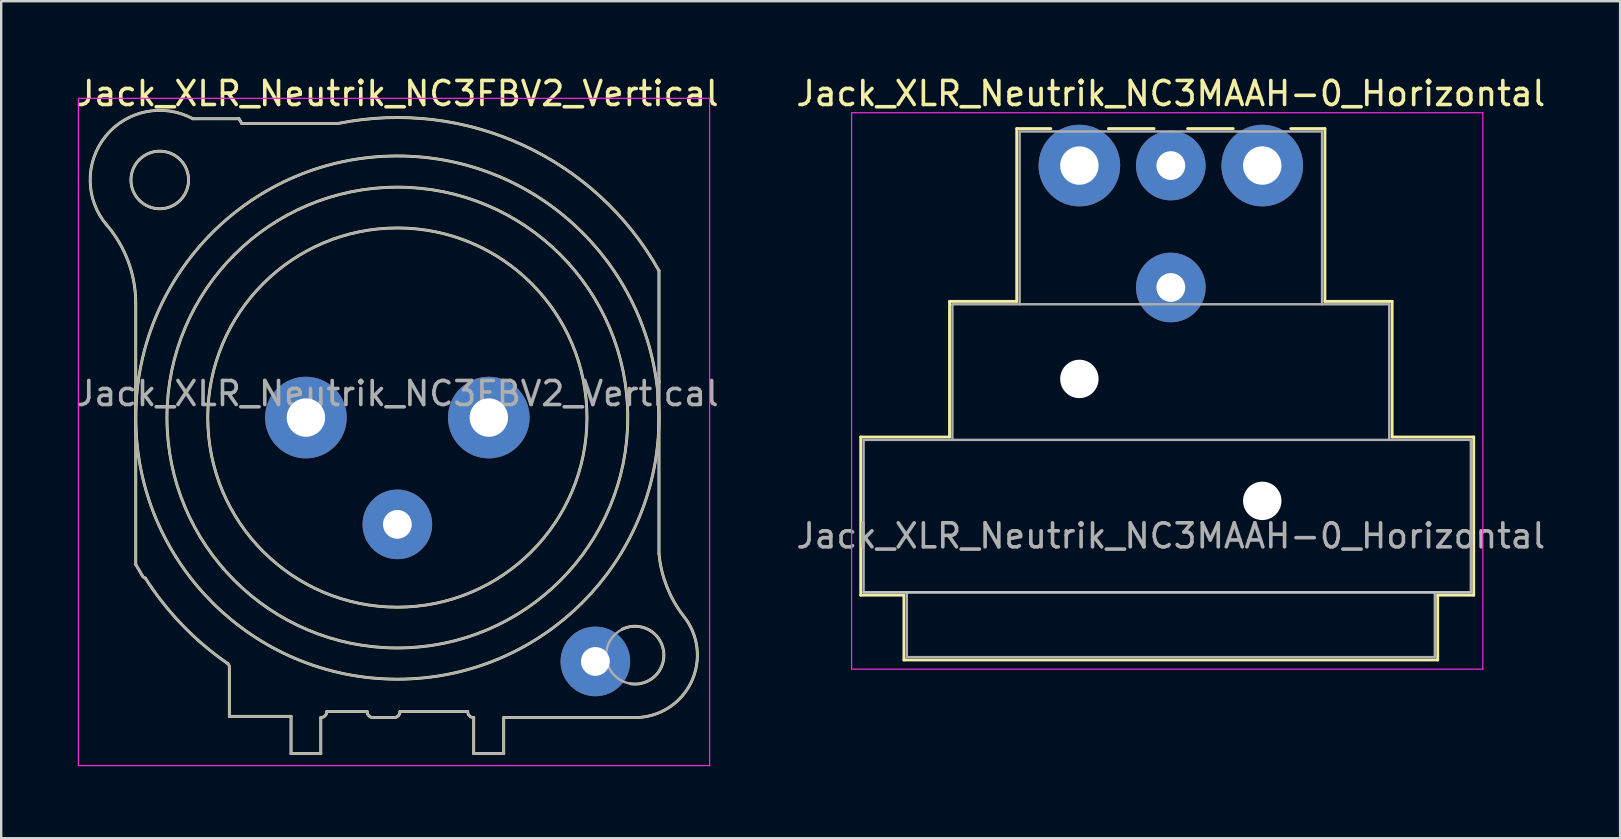
<source format=kicad_pcb>
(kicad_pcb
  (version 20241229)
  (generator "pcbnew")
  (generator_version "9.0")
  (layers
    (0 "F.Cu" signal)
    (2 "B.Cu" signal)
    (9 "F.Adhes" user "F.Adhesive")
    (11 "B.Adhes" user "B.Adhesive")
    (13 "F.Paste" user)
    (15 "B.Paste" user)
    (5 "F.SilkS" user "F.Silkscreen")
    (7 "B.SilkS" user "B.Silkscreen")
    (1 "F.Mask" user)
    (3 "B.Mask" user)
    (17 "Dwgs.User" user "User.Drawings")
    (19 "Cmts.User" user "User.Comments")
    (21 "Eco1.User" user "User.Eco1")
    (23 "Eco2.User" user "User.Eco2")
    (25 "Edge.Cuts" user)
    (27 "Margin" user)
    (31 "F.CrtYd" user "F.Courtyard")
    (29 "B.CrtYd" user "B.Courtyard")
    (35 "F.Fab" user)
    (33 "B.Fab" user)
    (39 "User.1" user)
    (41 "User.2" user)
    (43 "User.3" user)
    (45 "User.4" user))
  (footprint "Jack_XLR_Neutrik_NC3FBV2_Vertical"
    (layer "F.Cu")
    (at 17.316 14.348)
    (property "Reference" "Jack_XLR_Neutrik_NC3FBV2_Vertical" (at -3.81 -13.5 0) (layer "F.SilkS") (effects (font (size 1 1) (thickness 0.15))))
    (attr through_hole)
    (fp_line (start -14.71 -4.76) (end -14.71 6.12) (stroke (width 0.12) (type solid)) (layer "F.SilkS"))
    (fp_line (start -14.71 6.12) (end -14.43 6.6) (stroke (width 0.12) (type solid)) (layer "F.SilkS"))
    (fp_line (start -10.81 10.39) (end -10.81 12.45) (stroke (width 0.12) (type solid)) (layer "F.SilkS"))
    (fp_line (start -10.81 12.45) (end -8.24 12.45) (stroke (width 0.12) (type solid)) (layer "F.SilkS"))
    (fp_line (start -10.41 -12.45) (end -12.33 -12.45) (stroke (width 0.12) (type solid)) (layer "F.SilkS"))
    (fp_line (start -10.29 -12.25) (end -10.41 -12.45) (stroke (width 0.12) (type solid)) (layer "F.SilkS"))
    (fp_line (start -8.24 12.45) (end -8.24 14) (stroke (width 0.12) (type solid)) (layer "F.SilkS"))
    (fp_line (start -7 14) (end -8.24 14) (stroke (width 0.12) (type solid)) (layer "F.SilkS"))
    (fp_line (start -7 14) (end -7 12.5) (stroke (width 0.12) (type solid)) (layer "F.SilkS"))
    (fp_line (start -6.75 12.25) (end -5.07 12.25) (stroke (width 0.12) (type solid)) (layer "F.SilkS"))
    (fp_line (start -6.3 -12.25) (end -10.29 -12.25) (stroke (width 0.12) (type solid)) (layer "F.SilkS"))
    (fp_line (start -4.82 12.5) (end -3.95 12.5) (stroke (width 0.12) (type solid)) (layer "F.SilkS"))
    (fp_line (start -3.7 12.25) (end -0.88 12.25) (stroke (width 0.12) (type solid)) (layer "F.SilkS"))
    (fp_line (start -0.63 12.5) (end -0.63 14) (stroke (width 0.12) (type solid)) (layer "F.SilkS"))
    (fp_line (start 0.62 12.5) (end 6.09 12.5) (stroke (width 0.12) (type solid)) (layer "F.SilkS"))
    (fp_line (start 0.62 14) (end -0.63 14) (stroke (width 0.12) (type solid)) (layer "F.SilkS"))
    (fp_line (start 0.62 14) (end 0.62 12.5) (stroke (width 0.12) (type solid)) (layer "F.SilkS"))
    (fp_line (start 7.09 5.67) (end 7.09 -6.12) (stroke (width 0.12) (type solid)) (layer "F.SilkS"))
    (fp_arc (start -15.916051 -8.020379) (mid -15.021177 -6.498148) (end -14.71 -4.76) (stroke (width 0.12) (type solid)) (layer "F.SilkS"))
    (fp_arc (start -15.908884 -8.010077) (mid -15.967404 -11.719623) (end -12.33 -12.45) (stroke (width 0.12) (type solid)) (layer "F.SilkS"))
    (fp_arc (start -14.313753 6.685219) (mid -14.379716 6.653303) (end -14.43 6.6) (stroke (width 0.12) (type solid)) (layer "F.SilkS"))
    (fp_arc (start -10.879208 10.248532) (mid -12.772983 8.641241) (end -14.31 6.69) (stroke (width 0.12) (type solid)) (layer "F.SilkS"))
    (fp_arc (start -10.874359 10.252686) (mid -10.828679 10.315015) (end -10.81 10.39) (stroke (width 0.12) (type solid)) (layer "F.SilkS"))
    (fp_arc (start -6.75 12.25) (mid -6.823223 12.426777) (end -7 12.5) (stroke (width 0.12) (type solid)) (layer "F.SilkS"))
    (fp_arc (start -6.283571 -12.253402) (mid 1.401126 -11.362596) (end 7.09 -6.12) (stroke (width 0.12) (type solid)) (layer "F.SilkS"))
    (fp_arc (start -4.82 12.5) (mid -4.996777 12.426777) (end -5.07 12.25) (stroke (width 0.12) (type solid)) (layer "F.SilkS"))
    (fp_arc (start -3.7 12.25) (mid -3.773223 12.426777) (end -3.95 12.5) (stroke (width 0.12) (type solid)) (layer "F.SilkS"))
    (fp_arc (start -0.63 12.5) (mid -0.806777 12.426777) (end -0.88 12.25) (stroke (width 0.12) (type solid)) (layer "F.SilkS"))
    (fp_arc (start 5.563083 8.81623) (mid 7.282057 9.723366) (end 5.9 11.09) (stroke (width 0.12) (type solid)) (layer "F.SilkS"))
    (fp_arc (start 8.110579 8.263767) (mid 8.436721 11.019329) (end 6.09 12.5) (stroke (width 0.12) (type solid)) (layer "F.SilkS"))
    (fp_arc (start 8.111727 8.266808) (mid 7.416073 7.041111) (end 7.09 5.67) (stroke (width 0.12) (type solid)) (layer "F.SilkS"))
    (fp_circle (center -13.71 -9.9) (end -12.51 -9.9) (stroke (width 0.12) (type solid)) (fill no) (layer "F.SilkS"))
    (fp_circle (center -3.81 0) (end 4.09 0) (stroke (width 0.12) (type solid)) (fill no) (layer "F.SilkS"))
    (fp_circle (center -3.81 0) (end 5.79 0) (stroke (width 0.12) (type solid)) (fill no) (layer "F.SilkS"))
    (fp_circle (center -3.81 0) (end 7.09 0) (stroke (width 0.12) (type solid)) (fill no) (layer "F.SilkS"))
    (fp_line (start -17.1 -13.3) (end 9.2 -13.3) (stroke (width 0.05) (type solid)) (layer "F.CrtYd"))
    (fp_line (start -17.1 14.5) (end -17.1 -13.3) (stroke (width 0.05) (type solid)) (layer "F.CrtYd"))
    (fp_line (start 9.2 -13.3) (end 9.2 14.5) (stroke (width 0.05) (type solid)) (layer "F.CrtYd"))
    (fp_line (start 9.2 14.5) (end -17.1 14.5) (stroke (width 0.05) (type solid)) (layer "F.CrtYd"))
    (fp_line (start -14.71 -4.76) (end -14.71 6.12) (stroke (width 0.1) (type solid)) (layer "F.Fab"))
    (fp_line (start -14.71 6.12) (end -14.43 6.6) (stroke (width 0.1) (type solid)) (layer "F.Fab"))
    (fp_line (start -10.81 10.39) (end -10.81 12.45) (stroke (width 0.1) (type solid)) (layer "F.Fab"))
    (fp_line (start -10.81 12.45) (end -8.24 12.45) (stroke (width 0.1) (type solid)) (layer "F.Fab"))
    (fp_line (start -10.41 -12.45) (end -12.33 -12.45) (stroke (width 0.1) (type solid)) (layer "F.Fab"))
    (fp_line (start -10.29 -12.25) (end -10.41 -12.45) (stroke (width 0.1) (type solid)) (layer "F.Fab"))
    (fp_line (start -8.24 12.45) (end -8.24 14) (stroke (width 0.1) (type solid)) (layer "F.Fab"))
    (fp_line (start -7 14) (end -8.24 14) (stroke (width 0.1) (type solid)) (layer "F.Fab"))
    (fp_line (start -7 14) (end -7 12.5) (stroke (width 0.1) (type solid)) (layer "F.Fab"))
    (fp_line (start -6.75 12.25) (end -5.07 12.25) (stroke (width 0.1) (type solid)) (layer "F.Fab"))
    (fp_line (start -6.3 -12.25) (end -10.29 -12.25) (stroke (width 0.1) (type solid)) (layer "F.Fab"))
    (fp_line (start -4.82 12.5) (end -3.95 12.5) (stroke (width 0.1) (type solid)) (layer "F.Fab"))
    (fp_line (start -3.7 12.25) (end -0.88 12.25) (stroke (width 0.1) (type solid)) (layer "F.Fab"))
    (fp_line (start -0.63 12.5) (end -0.63 14) (stroke (width 0.1) (type solid)) (layer "F.Fab"))
    (fp_line (start 0.62 12.5) (end 6.09 12.5) (stroke (width 0.1) (type solid)) (layer "F.Fab"))
    (fp_line (start 0.62 14) (end -0.63 14) (stroke (width 0.1) (type solid)) (layer "F.Fab"))
    (fp_line (start 0.62 14) (end 0.62 12.5) (stroke (width 0.1) (type solid)) (layer "F.Fab"))
    (fp_line (start 7.09 5.67) (end 7.09 -6.12) (stroke (width 0.1) (type solid)) (layer "F.Fab"))
    (fp_arc (start -15.916051 -8.020379) (mid -15.021177 -6.498148) (end -14.71 -4.76) (stroke (width 0.1) (type solid)) (layer "F.Fab"))
    (fp_arc (start -15.908884 -8.010077) (mid -15.967404 -11.719623) (end -12.33 -12.45) (stroke (width 0.1) (type solid)) (layer "F.Fab"))
    (fp_arc (start -14.313753 6.685219) (mid -14.379716 6.653303) (end -14.43 6.6) (stroke (width 0.1) (type solid)) (layer "F.Fab"))
    (fp_arc (start -10.879208 10.248532) (mid -12.772983 8.641241) (end -14.31 6.69) (stroke (width 0.1) (type solid)) (layer "F.Fab"))
    (fp_arc (start -10.874359 10.252686) (mid -10.828679 10.315015) (end -10.81 10.39) (stroke (width 0.1) (type solid)) (layer "F.Fab"))
    (fp_arc (start -6.75 12.25) (mid -6.823223 12.426777) (end -7 12.5) (stroke (width 0.1) (type solid)) (layer "F.Fab"))
    (fp_arc (start -6.283571 -12.253402) (mid 1.401126 -11.362596) (end 7.09 -6.12) (stroke (width 0.1) (type solid)) (layer "F.Fab"))
    (fp_arc (start -4.82 12.5) (mid -4.996777 12.426777) (end -5.07 12.25) (stroke (width 0.1) (type solid)) (layer "F.Fab"))
    (fp_arc (start -3.7 12.25) (mid -3.773223 12.426777) (end -3.95 12.5) (stroke (width 0.1) (type solid)) (layer "F.Fab"))
    (fp_arc (start -0.63 12.5) (mid -0.806777 12.426777) (end -0.88 12.25) (stroke (width 0.1) (type solid)) (layer "F.Fab"))
    (fp_arc (start 8.110579 8.263767) (mid 8.436721 11.019329) (end 6.09 12.5) (stroke (width 0.1) (type solid)) (layer "F.Fab"))
    (fp_arc (start 8.111727 8.266808) (mid 7.416073 7.041111) (end 7.09 5.67) (stroke (width 0.1) (type solid)) (layer "F.Fab"))
    (fp_circle (center -13.71 -9.9) (end -12.51 -9.9) (stroke (width 0.1) (type solid)) (fill no) (layer "F.Fab"))
    (fp_circle (center -3.81 0) (end 4.09 0) (stroke (width 0.1) (type solid)) (fill no) (layer "F.Fab"))
    (fp_circle (center -3.81 0) (end 5.79 0) (stroke (width 0.1) (type solid)) (fill no) (layer "F.Fab"))
    (fp_circle (center -3.81 0) (end 7.09 0) (stroke (width 0.1) (type solid)) (fill no) (layer "F.Fab"))
    (fp_circle (center 6.09 9.9) (end 7.29 9.9) (stroke (width 0.1) (type solid)) (fill no) (layer "F.Fab"))
    (fp_text user "${REFERENCE}" (at -3.81 -1 0) (layer "F.Fab") (effects (font (size 1 1) (thickness 0.15))))
    (pad "1" thru_hole circle (at 0 0) (size 3.4 3.4) (drill 1.6) (layers "*.Cu" "*.Mask"))
    (pad "2" thru_hole circle (at -7.62 0) (size 3.4 3.4) (drill 1.6) (layers "*.Cu" "*.Mask"))
    (pad "3" thru_hole circle (at -3.81 4.45) (size 2.9 2.9) (drill 1.2) (layers "*.Cu" "*.Mask"))
    (pad "G" thru_hole circle (at 4.44 10.16) (size 2.9 2.9) (drill 1.2) (layers "*.Cu" "*.Mask")))
  (footprint "Jack_XLR_Neutrik_NC3MAAH-0_Horizontal"
    (layer "F.Cu")
    (at 41.922 3.848)
    (property "Reference" "Jack_XLR_Neutrik_NC3MAAH-0_Horizontal" (at 3.81 -3 0) (layer "F.SilkS") (effects (font (size 1 1) (thickness 0.15))))
    (attr through_hole)
    (fp_line (start -9.11 11.31) (end -5.41 11.31) (stroke (width 0.12) (type solid)) (layer "F.SilkS"))
    (fp_line (start -9.11 17.9) (end -9.11 11.31) (stroke (width 0.12) (type solid)) (layer "F.SilkS"))
    (fp_line (start -7.31 17.9) (end -9.11 17.9) (stroke (width 0.12) (type solid)) (layer "F.SilkS"))
    (fp_line (start -7.31 17.9) (end -7.31 20.6) (stroke (width 0.12) (type solid)) (layer "F.SilkS"))
    (fp_line (start -5.41 11.31) (end -5.41 5.66) (stroke (width 0.12) (type solid)) (layer "F.SilkS"))
    (fp_line (start -2.61 5.66) (end -5.41 5.66) (stroke (width 0.12) (type solid)) (layer "F.SilkS"))
    (fp_line (start -2.61 5.66) (end -2.61 -1.54) (stroke (width 0.12) (type solid)) (layer "F.SilkS"))
    (fp_line (start -1.19 -1.54) (end -2.61 -1.54) (stroke (width 0.12) (type solid)) (layer "F.SilkS"))
    (fp_line (start 3.11 -1.54) (end 1.21 -1.54) (stroke (width 0.12) (type solid)) (layer "F.SilkS"))
    (fp_line (start 4.51 -1.54) (end 6.41 -1.54) (stroke (width 0.12) (type solid)) (layer "F.SilkS"))
    (fp_line (start 10.23 -1.54) (end 8.81 -1.54) (stroke (width 0.12) (type solid)) (layer "F.SilkS"))
    (fp_line (start 10.23 5.66) (end 10.23 -1.54) (stroke (width 0.12) (type solid)) (layer "F.SilkS"))
    (fp_line (start 10.23 5.66) (end 13.03 5.66) (stroke (width 0.12) (type solid)) (layer "F.SilkS"))
    (fp_line (start 13.03 11.31) (end 13.03 5.66) (stroke (width 0.12) (type solid)) (layer "F.SilkS"))
    (fp_line (start 13.03 11.31) (end 16.43 11.31) (stroke (width 0.12) (type solid)) (layer "F.SilkS"))
    (fp_line (start 14.93 17.9) (end 14.93 20.6) (stroke (width 0.12) (type solid)) (layer "F.SilkS"))
    (fp_line (start 14.93 20.6) (end -7.31 20.6) (stroke (width 0.12) (type solid)) (layer "F.SilkS"))
    (fp_line (start 16.43 17.9) (end 14.93 17.9) (stroke (width 0.12) (type solid)) (layer "F.SilkS"))
    (fp_line (start 16.43 17.9) (end 16.43 11.31) (stroke (width 0.12) (type solid)) (layer "F.SilkS"))
    (fp_line (start 16.31 17.78) (end -8.99 17.78) (stroke (width 0.1) (type solid)) (layer "Dwgs.User"))
    (fp_line (start -9.49 20.98) (end -9.49 -2.2) (stroke (width 0.05) (type solid)) (layer "F.CrtYd"))
    (fp_line (start 16.81 -2.2) (end -9.49 -2.2) (stroke (width 0.05) (type solid)) (layer "F.CrtYd"))
    (fp_line (start 16.81 20.98) (end -9.49 20.98) (stroke (width 0.05) (type solid)) (layer "F.CrtYd"))
    (fp_line (start 16.81 20.98) (end 16.81 -2.2) (stroke (width 0.05) (type solid)) (layer "F.CrtYd"))
    (fp_line (start -8.99 11.43) (end 16.31 11.43) (stroke (width 0.1) (type solid)) (layer "F.Fab"))
    (fp_line (start -8.99 17.78) (end -8.99 11.43) (stroke (width 0.1) (type solid)) (layer "F.Fab"))
    (fp_line (start -7.19 20.48) (end -7.19 17.78) (stroke (width 0.1) (type solid)) (layer "F.Fab"))
    (fp_line (start -5.29 5.78) (end -5.29 11.43) (stroke (width 0.1) (type solid)) (layer "F.Fab"))
    (fp_line (start -5.29 5.78) (end 12.91 5.78) (stroke (width 0.1) (type solid)) (layer "F.Fab"))
    (fp_line (start -2.49 5.78) (end -2.49 -1.42) (stroke (width 0.1) (type solid)) (layer "F.Fab"))
    (fp_line (start 10.11 -1.42) (end -2.49 -1.42) (stroke (width 0.1) (type solid)) (layer "F.Fab"))
    (fp_line (start 10.11 5.78) (end 10.11 -1.42) (stroke (width 0.1) (type solid)) (layer "F.Fab"))
    (fp_line (start 12.91 11.43) (end 12.91 5.78) (stroke (width 0.1) (type solid)) (layer "F.Fab"))
    (fp_line (start 14.81 17.78) (end 14.81 20.48) (stroke (width 0.1) (type solid)) (layer "F.Fab"))
    (fp_line (start 14.81 20.48) (end -7.19 20.48) (stroke (width 0.1) (type solid)) (layer "F.Fab"))
    (fp_line (start 16.31 11.43) (end 16.31 17.78) (stroke (width 0.1) (type solid)) (layer "F.Fab"))
    (fp_line (start 16.31 17.78) (end -8.99 17.78) (stroke (width 0.1) (type solid)) (layer "F.Fab"))
    (fp_text user "${REFERENCE}" (at 3.81 15.43 0) (layer "F.Fab") (effects (font (size 1 1) (thickness 0.15))))
    (pad "" np_thru_hole circle (at 0 8.89) (size 1.6 1.6) (drill 1.6) (layers "*.Cu" "*.Mask"))
    (pad "" np_thru_hole circle (at 7.62 13.97) (size 1.6 1.6) (drill 1.6) (layers "*.Cu" "*.Mask"))
    (pad "1" thru_hole circle (at 0 0) (size 3.4 3.4) (drill 1.6) (layers "*.Cu" "*.Mask"))
    (pad "2" thru_hole circle (at 7.62 0) (size 3.4 3.4) (drill 1.6) (layers "*.Cu" "*.Mask"))
    (pad "3" thru_hole circle (at 3.81 0) (size 2.9 2.9) (drill 1.2) (layers "*.Cu" "*.Mask"))
    (pad "G" thru_hole circle (at 3.81 5.08) (size 2.9 2.9) (drill 1.2) (layers "*.Cu" "*.Mask")))
  (gr_rect
    (start -3 -3)
    (end 64.452 31.873)
    (stroke (width 0.1) (type default))
    (fill no)
    (layer "Edge.Cuts")))
</source>
